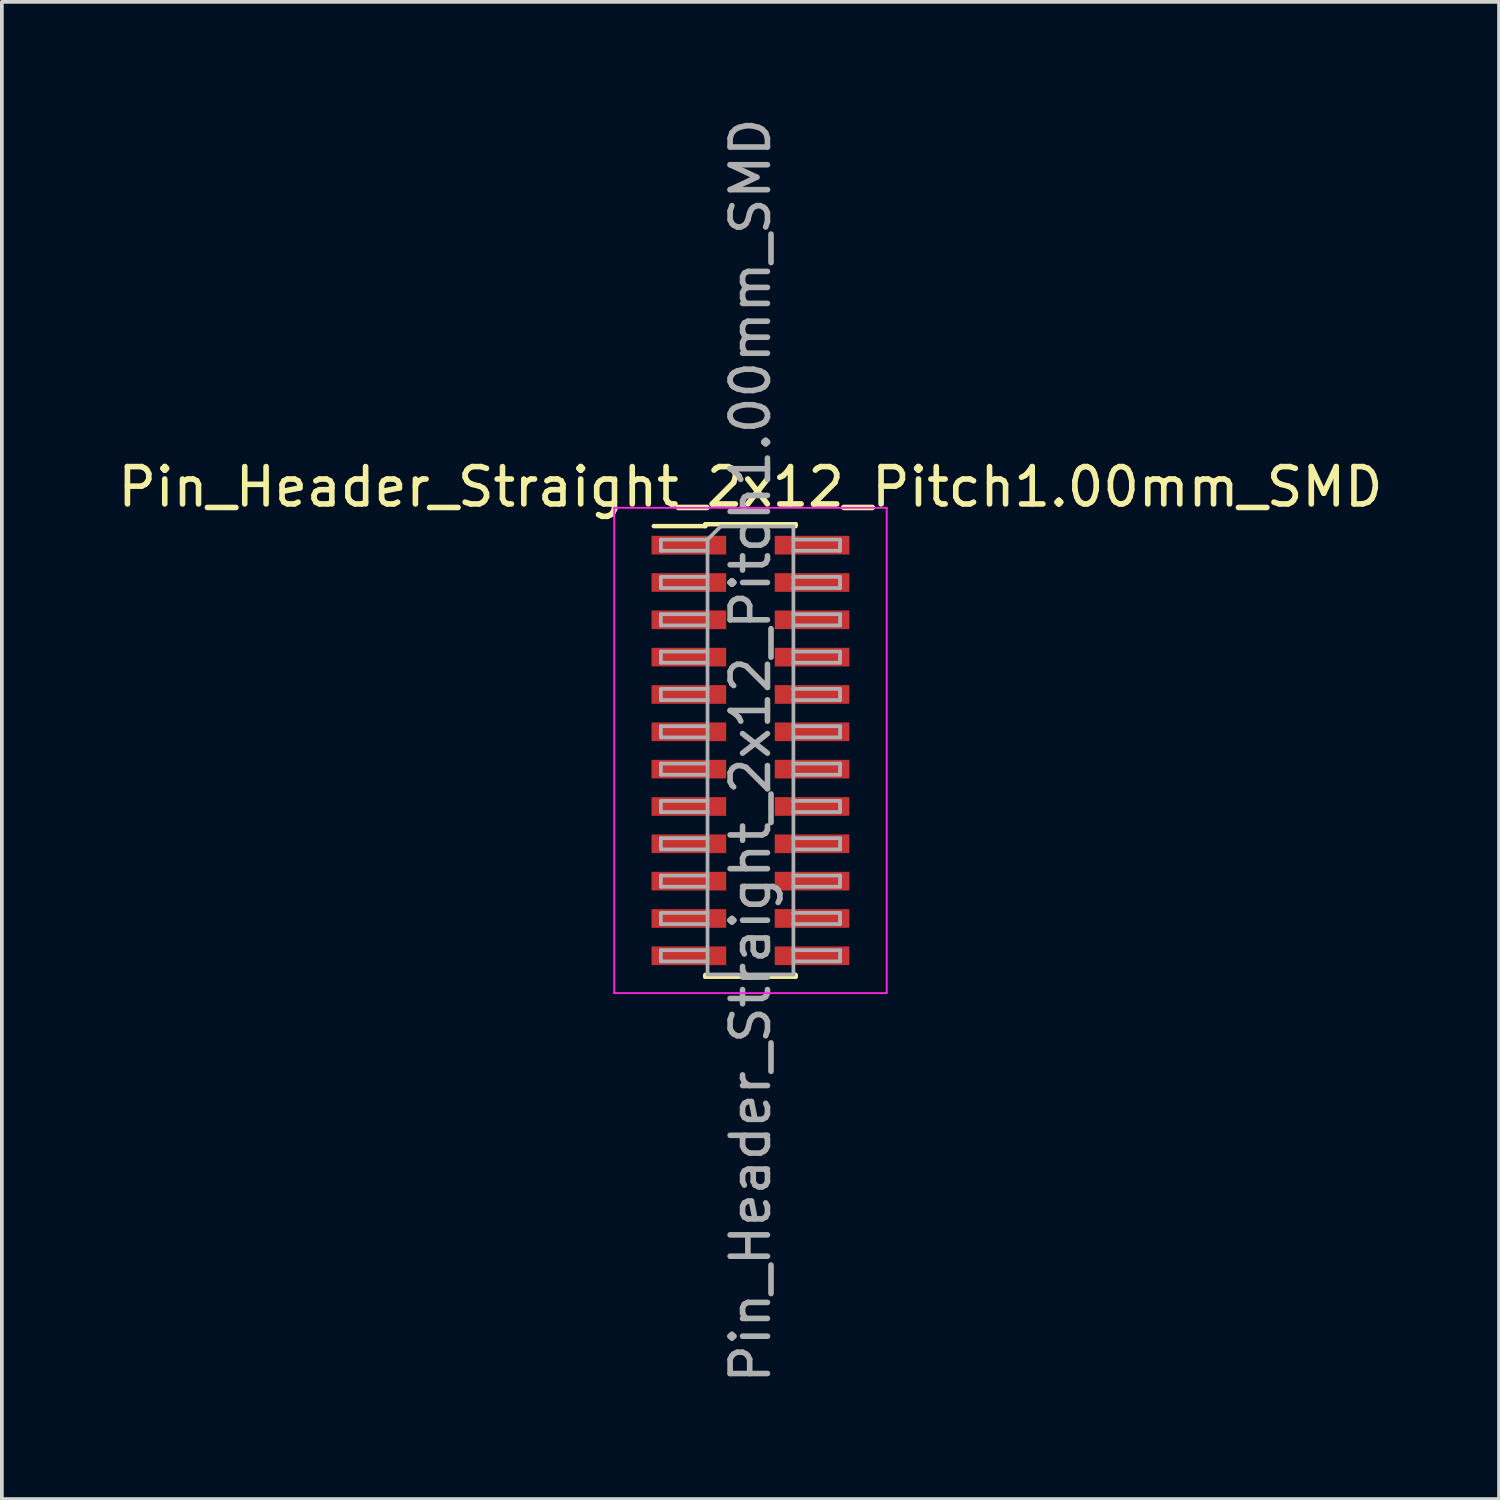
<source format=kicad_pcb>
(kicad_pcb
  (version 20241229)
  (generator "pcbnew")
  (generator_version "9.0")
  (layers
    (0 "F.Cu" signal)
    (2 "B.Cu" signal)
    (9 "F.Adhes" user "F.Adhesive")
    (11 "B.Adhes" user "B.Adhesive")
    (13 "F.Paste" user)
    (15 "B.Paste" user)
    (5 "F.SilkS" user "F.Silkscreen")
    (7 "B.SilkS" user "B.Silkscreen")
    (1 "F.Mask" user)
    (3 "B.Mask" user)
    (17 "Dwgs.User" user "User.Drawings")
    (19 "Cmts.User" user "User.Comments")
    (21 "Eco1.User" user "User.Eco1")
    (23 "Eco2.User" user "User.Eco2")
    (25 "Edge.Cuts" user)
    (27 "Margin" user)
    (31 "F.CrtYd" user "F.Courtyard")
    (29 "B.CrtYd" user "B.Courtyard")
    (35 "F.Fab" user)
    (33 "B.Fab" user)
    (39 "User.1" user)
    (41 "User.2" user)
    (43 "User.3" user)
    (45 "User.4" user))
  (footprint "Pin_Header_Straight_2x12_Pitch1.00mm_SMD"
    (layer "F.Cu")
    (at 17.054 17.054)
    (property "Reference" "Pin_Header_Straight_2x12_Pitch1.00mm_SMD" (at 0 -7.06 0) (layer "F.SilkS") (effects (font (size 1 1) (thickness 0.15))))
    (attr smd)
    (fp_line (start -2.59 -6.01) (end -1.21 -6.01) (stroke (width 0.12) (type solid)) (layer "F.SilkS"))
    (fp_line (start -1.21 -6.06) (end -1.21 -6.01) (stroke (width 0.12) (type solid)) (layer "F.SilkS"))
    (fp_line (start -1.21 -6.06) (end 1.21 -6.06) (stroke (width 0.12) (type solid)) (layer "F.SilkS"))
    (fp_line (start -1.21 6.01) (end -1.21 6.06) (stroke (width 0.12) (type solid)) (layer "F.SilkS"))
    (fp_line (start -1.21 6.06) (end 1.21 6.06) (stroke (width 0.12) (type solid)) (layer "F.SilkS"))
    (fp_line (start 1.21 -6.06) (end 1.21 -6.01) (stroke (width 0.12) (type solid)) (layer "F.SilkS"))
    (fp_line (start 1.21 6.01) (end 1.21 6.06) (stroke (width 0.12) (type solid)) (layer "F.SilkS"))
    (fp_line (start -3.65 -6.5) (end -3.65 6.5) (stroke (width 0.05) (type solid)) (layer "F.CrtYd"))
    (fp_line (start -3.65 6.5) (end 3.65 6.5) (stroke (width 0.05) (type solid)) (layer "F.CrtYd"))
    (fp_line (start 3.65 -6.5) (end -3.65 -6.5) (stroke (width 0.05) (type solid)) (layer "F.CrtYd"))
    (fp_line (start 3.65 6.5) (end 3.65 -6.5) (stroke (width 0.05) (type solid)) (layer "F.CrtYd"))
    (fp_line (start -2.4 -5.65) (end -2.4 -5.35) (stroke (width 0.1) (type solid)) (layer "F.Fab"))
    (fp_line (start -2.4 -5.35) (end -1.15 -5.35) (stroke (width 0.1) (type solid)) (layer "F.Fab"))
    (fp_line (start -2.4 -4.65) (end -2.4 -4.35) (stroke (width 0.1) (type solid)) (layer "F.Fab"))
    (fp_line (start -2.4 -4.35) (end -1.15 -4.35) (stroke (width 0.1) (type solid)) (layer "F.Fab"))
    (fp_line (start -2.4 -3.65) (end -2.4 -3.35) (stroke (width 0.1) (type solid)) (layer "F.Fab"))
    (fp_line (start -2.4 -3.35) (end -1.15 -3.35) (stroke (width 0.1) (type solid)) (layer "F.Fab"))
    (fp_line (start -2.4 -2.65) (end -2.4 -2.35) (stroke (width 0.1) (type solid)) (layer "F.Fab"))
    (fp_line (start -2.4 -2.35) (end -1.15 -2.35) (stroke (width 0.1) (type solid)) (layer "F.Fab"))
    (fp_line (start -2.4 -1.65) (end -2.4 -1.35) (stroke (width 0.1) (type solid)) (layer "F.Fab"))
    (fp_line (start -2.4 -1.35) (end -1.15 -1.35) (stroke (width 0.1) (type solid)) (layer "F.Fab"))
    (fp_line (start -2.4 -0.65) (end -2.4 -0.35) (stroke (width 0.1) (type solid)) (layer "F.Fab"))
    (fp_line (start -2.4 -0.35) (end -1.15 -0.35) (stroke (width 0.1) (type solid)) (layer "F.Fab"))
    (fp_line (start -2.4 0.35) (end -2.4 0.65) (stroke (width 0.1) (type solid)) (layer "F.Fab"))
    (fp_line (start -2.4 0.65) (end -1.15 0.65) (stroke (width 0.1) (type solid)) (layer "F.Fab"))
    (fp_line (start -2.4 1.35) (end -2.4 1.65) (stroke (width 0.1) (type solid)) (layer "F.Fab"))
    (fp_line (start -2.4 1.65) (end -1.15 1.65) (stroke (width 0.1) (type solid)) (layer "F.Fab"))
    (fp_line (start -2.4 2.35) (end -2.4 2.65) (stroke (width 0.1) (type solid)) (layer "F.Fab"))
    (fp_line (start -2.4 2.65) (end -1.15 2.65) (stroke (width 0.1) (type solid)) (layer "F.Fab"))
    (fp_line (start -2.4 3.35) (end -2.4 3.65) (stroke (width 0.1) (type solid)) (layer "F.Fab"))
    (fp_line (start -2.4 3.65) (end -1.15 3.65) (stroke (width 0.1) (type solid)) (layer "F.Fab"))
    (fp_line (start -2.4 4.35) (end -2.4 4.65) (stroke (width 0.1) (type solid)) (layer "F.Fab"))
    (fp_line (start -2.4 4.65) (end -1.15 4.65) (stroke (width 0.1) (type solid)) (layer "F.Fab"))
    (fp_line (start -2.4 5.35) (end -2.4 5.65) (stroke (width 0.1) (type solid)) (layer "F.Fab"))
    (fp_line (start -2.4 5.65) (end -1.15 5.65) (stroke (width 0.1) (type solid)) (layer "F.Fab"))
    (fp_line (start -1.15 -5.65) (end -2.4 -5.65) (stroke (width 0.1) (type solid)) (layer "F.Fab"))
    (fp_line (start -1.15 -5.65) (end -0.8 -6) (stroke (width 0.1) (type solid)) (layer "F.Fab"))
    (fp_line (start -1.15 -4.65) (end -2.4 -4.65) (stroke (width 0.1) (type solid)) (layer "F.Fab"))
    (fp_line (start -1.15 -3.65) (end -2.4 -3.65) (stroke (width 0.1) (type solid)) (layer "F.Fab"))
    (fp_line (start -1.15 -2.65) (end -2.4 -2.65) (stroke (width 0.1) (type solid)) (layer "F.Fab"))
    (fp_line (start -1.15 -1.65) (end -2.4 -1.65) (stroke (width 0.1) (type solid)) (layer "F.Fab"))
    (fp_line (start -1.15 -0.65) (end -2.4 -0.65) (stroke (width 0.1) (type solid)) (layer "F.Fab"))
    (fp_line (start -1.15 0.35) (end -2.4 0.35) (stroke (width 0.1) (type solid)) (layer "F.Fab"))
    (fp_line (start -1.15 1.35) (end -2.4 1.35) (stroke (width 0.1) (type solid)) (layer "F.Fab"))
    (fp_line (start -1.15 2.35) (end -2.4 2.35) (stroke (width 0.1) (type solid)) (layer "F.Fab"))
    (fp_line (start -1.15 3.35) (end -2.4 3.35) (stroke (width 0.1) (type solid)) (layer "F.Fab"))
    (fp_line (start -1.15 4.35) (end -2.4 4.35) (stroke (width 0.1) (type solid)) (layer "F.Fab"))
    (fp_line (start -1.15 5.35) (end -2.4 5.35) (stroke (width 0.1) (type solid)) (layer "F.Fab"))
    (fp_line (start -1.15 6) (end -1.15 -5.65) (stroke (width 0.1) (type solid)) (layer "F.Fab"))
    (fp_line (start -0.8 -6) (end 1.15 -6) (stroke (width 0.1) (type solid)) (layer "F.Fab"))
    (fp_line (start 1.15 -6) (end 1.15 6) (stroke (width 0.1) (type solid)) (layer "F.Fab"))
    (fp_line (start 1.15 -5.65) (end 2.4 -5.65) (stroke (width 0.1) (type solid)) (layer "F.Fab"))
    (fp_line (start 1.15 -4.65) (end 2.4 -4.65) (stroke (width 0.1) (type solid)) (layer "F.Fab"))
    (fp_line (start 1.15 -3.65) (end 2.4 -3.65) (stroke (width 0.1) (type solid)) (layer "F.Fab"))
    (fp_line (start 1.15 -2.65) (end 2.4 -2.65) (stroke (width 0.1) (type solid)) (layer "F.Fab"))
    (fp_line (start 1.15 -1.65) (end 2.4 -1.65) (stroke (width 0.1) (type solid)) (layer "F.Fab"))
    (fp_line (start 1.15 -0.65) (end 2.4 -0.65) (stroke (width 0.1) (type solid)) (layer "F.Fab"))
    (fp_line (start 1.15 0.35) (end 2.4 0.35) (stroke (width 0.1) (type solid)) (layer "F.Fab"))
    (fp_line (start 1.15 1.35) (end 2.4 1.35) (stroke (width 0.1) (type solid)) (layer "F.Fab"))
    (fp_line (start 1.15 2.35) (end 2.4 2.35) (stroke (width 0.1) (type solid)) (layer "F.Fab"))
    (fp_line (start 1.15 3.35) (end 2.4 3.35) (stroke (width 0.1) (type solid)) (layer "F.Fab"))
    (fp_line (start 1.15 4.35) (end 2.4 4.35) (stroke (width 0.1) (type solid)) (layer "F.Fab"))
    (fp_line (start 1.15 5.35) (end 2.4 5.35) (stroke (width 0.1) (type solid)) (layer "F.Fab"))
    (fp_line (start 1.15 6) (end -1.15 6) (stroke (width 0.1) (type solid)) (layer "F.Fab"))
    (fp_line (start 2.4 -5.65) (end 2.4 -5.35) (stroke (width 0.1) (type solid)) (layer "F.Fab"))
    (fp_line (start 2.4 -5.35) (end 1.15 -5.35) (stroke (width 0.1) (type solid)) (layer "F.Fab"))
    (fp_line (start 2.4 -4.65) (end 2.4 -4.35) (stroke (width 0.1) (type solid)) (layer "F.Fab"))
    (fp_line (start 2.4 -4.35) (end 1.15 -4.35) (stroke (width 0.1) (type solid)) (layer "F.Fab"))
    (fp_line (start 2.4 -3.65) (end 2.4 -3.35) (stroke (width 0.1) (type solid)) (layer "F.Fab"))
    (fp_line (start 2.4 -3.35) (end 1.15 -3.35) (stroke (width 0.1) (type solid)) (layer "F.Fab"))
    (fp_line (start 2.4 -2.65) (end 2.4 -2.35) (stroke (width 0.1) (type solid)) (layer "F.Fab"))
    (fp_line (start 2.4 -2.35) (end 1.15 -2.35) (stroke (width 0.1) (type solid)) (layer "F.Fab"))
    (fp_line (start 2.4 -1.65) (end 2.4 -1.35) (stroke (width 0.1) (type solid)) (layer "F.Fab"))
    (fp_line (start 2.4 -1.35) (end 1.15 -1.35) (stroke (width 0.1) (type solid)) (layer "F.Fab"))
    (fp_line (start 2.4 -0.65) (end 2.4 -0.35) (stroke (width 0.1) (type solid)) (layer "F.Fab"))
    (fp_line (start 2.4 -0.35) (end 1.15 -0.35) (stroke (width 0.1) (type solid)) (layer "F.Fab"))
    (fp_line (start 2.4 0.35) (end 2.4 0.65) (stroke (width 0.1) (type solid)) (layer "F.Fab"))
    (fp_line (start 2.4 0.65) (end 1.15 0.65) (stroke (width 0.1) (type solid)) (layer "F.Fab"))
    (fp_line (start 2.4 1.35) (end 2.4 1.65) (stroke (width 0.1) (type solid)) (layer "F.Fab"))
    (fp_line (start 2.4 1.65) (end 1.15 1.65) (stroke (width 0.1) (type solid)) (layer "F.Fab"))
    (fp_line (start 2.4 2.35) (end 2.4 2.65) (stroke (width 0.1) (type solid)) (layer "F.Fab"))
    (fp_line (start 2.4 2.65) (end 1.15 2.65) (stroke (width 0.1) (type solid)) (layer "F.Fab"))
    (fp_line (start 2.4 3.35) (end 2.4 3.65) (stroke (width 0.1) (type solid)) (layer "F.Fab"))
    (fp_line (start 2.4 3.65) (end 1.15 3.65) (stroke (width 0.1) (type solid)) (layer "F.Fab"))
    (fp_line (start 2.4 4.35) (end 2.4 4.65) (stroke (width 0.1) (type solid)) (layer "F.Fab"))
    (fp_line (start 2.4 4.65) (end 1.15 4.65) (stroke (width 0.1) (type solid)) (layer "F.Fab"))
    (fp_line (start 2.4 5.35) (end 2.4 5.65) (stroke (width 0.1) (type solid)) (layer "F.Fab"))
    (fp_line (start 2.4 5.65) (end 1.15 5.65) (stroke (width 0.1) (type solid)) (layer "F.Fab"))
    (fp_text user "${REFERENCE}" (at 0 0 90) (layer "F.Fab") (effects (font (size 1 1) (thickness 0.15))))
    (pad "1" smd rect (at -1.65 -5.5) (size 2 0.5) (layers "F.Cu" "F.Mask" "F.Paste"))
    (pad "2" smd rect (at 1.65 -5.5) (size 2 0.5) (layers "F.Cu" "F.Mask" "F.Paste"))
    (pad "3" smd rect (at -1.65 -4.5) (size 2 0.5) (layers "F.Cu" "F.Mask" "F.Paste"))
    (pad "4" smd rect (at 1.65 -4.5) (size 2 0.5) (layers "F.Cu" "F.Mask" "F.Paste"))
    (pad "5" smd rect (at -1.65 -3.5) (size 2 0.5) (layers "F.Cu" "F.Mask" "F.Paste"))
    (pad "6" smd rect (at 1.65 -3.5) (size 2 0.5) (layers "F.Cu" "F.Mask" "F.Paste"))
    (pad "7" smd rect (at -1.65 -2.5) (size 2 0.5) (layers "F.Cu" "F.Mask" "F.Paste"))
    (pad "8" smd rect (at 1.65 -2.5) (size 2 0.5) (layers "F.Cu" "F.Mask" "F.Paste"))
    (pad "9" smd rect (at -1.65 -1.5) (size 2 0.5) (layers "F.Cu" "F.Mask" "F.Paste"))
    (pad "10" smd rect (at 1.65 -1.5) (size 2 0.5) (layers "F.Cu" "F.Mask" "F.Paste"))
    (pad "11" smd rect (at -1.65 -0.5) (size 2 0.5) (layers "F.Cu" "F.Mask" "F.Paste"))
    (pad "12" smd rect (at 1.65 -0.5) (size 2 0.5) (layers "F.Cu" "F.Mask" "F.Paste"))
    (pad "13" smd rect (at -1.65 0.5) (size 2 0.5) (layers "F.Cu" "F.Mask" "F.Paste"))
    (pad "14" smd rect (at 1.65 0.5) (size 2 0.5) (layers "F.Cu" "F.Mask" "F.Paste"))
    (pad "15" smd rect (at -1.65 1.5) (size 2 0.5) (layers "F.Cu" "F.Mask" "F.Paste"))
    (pad "16" smd rect (at 1.65 1.5) (size 2 0.5) (layers "F.Cu" "F.Mask" "F.Paste"))
    (pad "17" smd rect (at -1.65 2.5) (size 2 0.5) (layers "F.Cu" "F.Mask" "F.Paste"))
    (pad "18" smd rect (at 1.65 2.5) (size 2 0.5) (layers "F.Cu" "F.Mask" "F.Paste"))
    (pad "19" smd rect (at -1.65 3.5) (size 2 0.5) (layers "F.Cu" "F.Mask" "F.Paste"))
    (pad "20" smd rect (at 1.65 3.5) (size 2 0.5) (layers "F.Cu" "F.Mask" "F.Paste"))
    (pad "21" smd rect (at -1.65 4.5) (size 2 0.5) (layers "F.Cu" "F.Mask" "F.Paste"))
    (pad "22" smd rect (at 1.65 4.5) (size 2 0.5) (layers "F.Cu" "F.Mask" "F.Paste"))
    (pad "23" smd rect (at -1.65 5.5) (size 2 0.5) (layers "F.Cu" "F.Mask" "F.Paste"))
    (pad "24" smd rect (at 1.65 5.5) (size 2 0.5) (layers "F.Cu" "F.Mask" "F.Paste")))
  (gr_rect
    (start -3 -3)
    (end 37.107 37.107)
    (stroke (width 0.1) (type default))
    (fill no)
    (layer "Edge.Cuts")))
</source>
